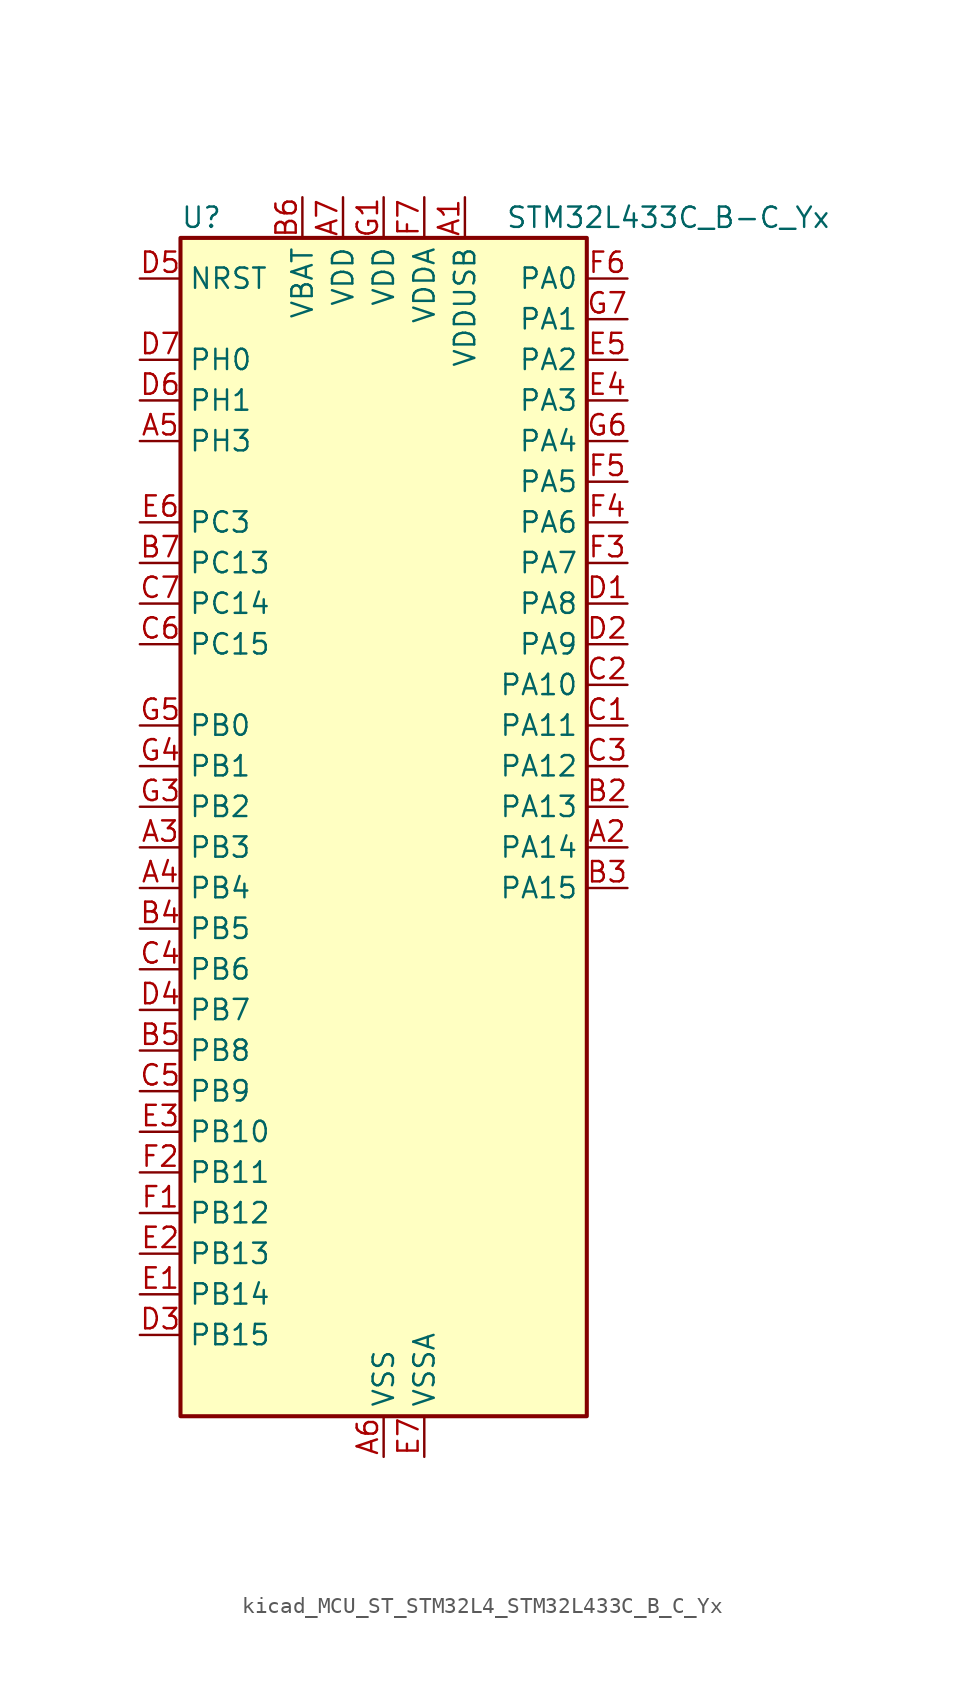
<source format=kicad_sym>
(kicad_symbol_lib
  (version 20220914)
  (generator kicad_symbol_editor)
  (symbol "kicad_MCU_ST_STM32L4_STM32L433C_B_C_Yx"
    (property "Reference" "U"
      (at -12.7 39.37 0)
      (effects (font (size 1.27 1.27)) (justify left)))
    (property "Value" "STM32L433C_B-C_Yx"
      (at 7.62 39.37 0)
      (effects (font (size 1.27 1.27)) (justify left)))
    (property "ki_locked" ""
      (at 0 0 0)
      (effects (font (size 1.27 1.27))))
    (symbol "kicad_MCU_ST_STM32L4_STM32L433C_B_C_Yx_0_1"
      (rectangle (start -12.7 -35.56) (end 12.7 38.1) (stroke (width 0.254) (type default)) (fill (type background))))
    (symbol "kicad_MCU_ST_STM32L4_STM32L433C_B_C_Yx_1_1"
      (pin power_in line (at 5.08 40.64 270) (length 2.54) (name "VDDUSB" (effects (font (size 1.27 1.27)))) (number "A1" (effects (font (size 1.27 1.27)))))
      (pin bidirectional line (at 15.24 0 180) (length 2.54) (name "PA14" (effects (font (size 1.27 1.27)))) (number "A2" (effects (font (size 1.27 1.27)))) (alternate "I2C1_SMBA" bidirectional line) (alternate "LPTIM1_OUT" bidirectional line) (alternate "SAI1_FS_B" bidirectional line) (alternate "SWPMI1_RX" bidirectional line) (alternate "SYS_JTCK-SWCLK" bidirectional line))
      (pin bidirectional line (at -15.24 0 0) (length 2.54) (name "PB3" (effects (font (size 1.27 1.27)))) (number "A3" (effects (font (size 1.27 1.27)))) (alternate "COMP2_INM" bidirectional line) (alternate "LCD_SEG7" bidirectional line) (alternate "SAI1_SCK_B" bidirectional line) (alternate "SPI1_SCK" bidirectional line) (alternate "SPI3_SCK" bidirectional line) (alternate "SYS_JTDO-SWO" bidirectional line) (alternate "TIM2_CH2" bidirectional line) (alternate "USART1_DE" bidirectional line) (alternate "USART1_RTS" bidirectional line))
      (pin bidirectional line (at -15.24 -2.54 0) (length 2.54) (name "PB4" (effects (font (size 1.27 1.27)))) (number "A4" (effects (font (size 1.27 1.27)))) (alternate "COMP2_INP" bidirectional line) (alternate "I2C3_SDA" bidirectional line) (alternate "LCD_SEG8" bidirectional line) (alternate "SAI1_MCLK_B" bidirectional line) (alternate "SPI1_MISO" bidirectional line) (alternate "SPI3_MISO" bidirectional line) (alternate "SYS_JTRST" bidirectional line) (alternate "TSC_G2_IO1" bidirectional line) (alternate "USART1_CTS" bidirectional line))
      (pin bidirectional line (at -15.24 25.4 0) (length 2.54) (name "PH3" (effects (font (size 1.27 1.27)))) (number "A5" (effects (font (size 1.27 1.27)))))
      (pin power_in line (at 0 -38.1 90) (length 2.54) (name "VSS" (effects (font (size 1.27 1.27)))) (number "A6" (effects (font (size 1.27 1.27)))))
      (pin power_in line (at -2.54 40.64 270) (length 2.54) (name "VDD" (effects (font (size 1.27 1.27)))) (number "A7" (effects (font (size 1.27 1.27)))))
      (pin passive line (at 0 -38.1 90) (length 2.54) hide (name "VSS" (effects (font (size 1.27 1.27)))) (number "B1" (effects (font (size 1.27 1.27)))))
      (pin bidirectional line (at 15.24 2.54 180) (length 2.54) (name "PA13" (effects (font (size 1.27 1.27)))) (number "B2" (effects (font (size 1.27 1.27)))) (alternate "IR_OUT" bidirectional line) (alternate "SAI1_SD_B" bidirectional line) (alternate "SWPMI1_TX" bidirectional line) (alternate "SYS_JTMS-SWDIO" bidirectional line) (alternate "USB_NOE" bidirectional line))
      (pin bidirectional line (at 15.24 -2.54 180) (length 2.54) (name "PA15" (effects (font (size 1.27 1.27)))) (number "B3" (effects (font (size 1.27 1.27)))) (alternate "ADC1_EXTI15" bidirectional line) (alternate "LCD_SEG17" bidirectional line) (alternate "SPI1_NSS" bidirectional line) (alternate "SPI3_NSS" bidirectional line) (alternate "SWPMI1_SUSPEND" bidirectional line) (alternate "SYS_JTDI" bidirectional line) (alternate "TIM2_CH1" bidirectional line) (alternate "TIM2_ETR" bidirectional line) (alternate "USART2_RX" bidirectional line) (alternate "USART3_DE" bidirectional line) (alternate "USART3_RTS" bidirectional line))
      (pin bidirectional line (at -15.24 -5.08 0) (length 2.54) (name "PB5" (effects (font (size 1.27 1.27)))) (number "B4" (effects (font (size 1.27 1.27)))) (alternate "COMP2_OUT" bidirectional line) (alternate "I2C1_SMBA" bidirectional line) (alternate "LCD_SEG9" bidirectional line) (alternate "LPTIM1_IN1" bidirectional line) (alternate "SAI1_SD_B" bidirectional line) (alternate "SPI1_MOSI" bidirectional line) (alternate "SPI3_MOSI" bidirectional line) (alternate "TIM16_BKIN" bidirectional line) (alternate "TSC_G2_IO2" bidirectional line) (alternate "USART1_CK" bidirectional line))
      (pin bidirectional line (at -15.24 -12.7 0) (length 2.54) (name "PB8" (effects (font (size 1.27 1.27)))) (number "B5" (effects (font (size 1.27 1.27)))) (alternate "CAN1_RX" bidirectional line) (alternate "I2C1_SCL" bidirectional line) (alternate "LCD_SEG16" bidirectional line) (alternate "SAI1_MCLK_A" bidirectional line) (alternate "TIM16_CH1" bidirectional line))
      (pin power_in line (at -5.08 40.64 270) (length 2.54) (name "VBAT" (effects (font (size 1.27 1.27)))) (number "B6" (effects (font (size 1.27 1.27)))))
      (pin bidirectional line (at -15.24 17.78 0) (length 2.54) (name "PC13" (effects (font (size 1.27 1.27)))) (number "B7" (effects (font (size 1.27 1.27)))) (alternate "RTC_OUT_ALARM" bidirectional line) (alternate "RTC_OUT_CALIB" bidirectional line) (alternate "RTC_TAMP1" bidirectional line) (alternate "RTC_TS" bidirectional line) (alternate "SYS_WKUP2" bidirectional line))
      (pin bidirectional line (at 15.24 7.62 180) (length 2.54) (name "PA11" (effects (font (size 1.27 1.27)))) (number "C1" (effects (font (size 1.27 1.27)))) (alternate "ADC1_EXTI11" bidirectional line) (alternate "CAN1_RX" bidirectional line) (alternate "COMP1_OUT" bidirectional line) (alternate "SPI1_MISO" bidirectional line) (alternate "TIM1_BKIN2" bidirectional line) (alternate "TIM1_BKIN2_COMP1" bidirectional line) (alternate "TIM1_CH4" bidirectional line) (alternate "USART1_CTS" bidirectional line) (alternate "USB_DM" bidirectional line))
      (pin bidirectional line (at 15.24 10.16 180) (length 2.54) (name "PA10" (effects (font (size 1.27 1.27)))) (number "C2" (effects (font (size 1.27 1.27)))) (alternate "CRS_SYNC" bidirectional line) (alternate "I2C1_SDA" bidirectional line) (alternate "LCD_COM2" bidirectional line) (alternate "SAI1_SD_A" bidirectional line) (alternate "TIM1_CH3" bidirectional line) (alternate "USART1_RX" bidirectional line))
      (pin bidirectional line (at 15.24 5.08 180) (length 2.54) (name "PA12" (effects (font (size 1.27 1.27)))) (number "C3" (effects (font (size 1.27 1.27)))) (alternate "CAN1_TX" bidirectional line) (alternate "SPI1_MOSI" bidirectional line) (alternate "TIM1_ETR" bidirectional line) (alternate "USART1_DE" bidirectional line) (alternate "USART1_RTS" bidirectional line) (alternate "USB_DP" bidirectional line))
      (pin bidirectional line (at -15.24 -7.62 0) (length 2.54) (name "PB6" (effects (font (size 1.27 1.27)))) (number "C4" (effects (font (size 1.27 1.27)))) (alternate "COMP2_INP" bidirectional line) (alternate "I2C1_SCL" bidirectional line) (alternate "LPTIM1_ETR" bidirectional line) (alternate "SAI1_FS_B" bidirectional line) (alternate "TIM16_CH1N" bidirectional line) (alternate "TSC_G2_IO3" bidirectional line) (alternate "USART1_TX" bidirectional line))
      (pin bidirectional line (at -15.24 -15.24 0) (length 2.54) (name "PB9" (effects (font (size 1.27 1.27)))) (number "C5" (effects (font (size 1.27 1.27)))) (alternate "CAN1_TX" bidirectional line) (alternate "DAC1_EXTI9" bidirectional line) (alternate "I2C1_SDA" bidirectional line) (alternate "IR_OUT" bidirectional line) (alternate "LCD_COM3" bidirectional line) (alternate "SAI1_FS_A" bidirectional line) (alternate "SPI2_NSS" bidirectional line))
      (pin bidirectional line (at -15.24 12.7 0) (length 2.54) (name "PC15" (effects (font (size 1.27 1.27)))) (number "C6" (effects (font (size 1.27 1.27)))) (alternate "ADC1_EXTI15" bidirectional line) (alternate "RCC_OSC32_OUT" bidirectional line))
      (pin bidirectional line (at -15.24 15.24 0) (length 2.54) (name "PC14" (effects (font (size 1.27 1.27)))) (number "C7" (effects (font (size 1.27 1.27)))) (alternate "RCC_OSC32_IN" bidirectional line))
      (pin bidirectional line (at 15.24 15.24 180) (length 2.54) (name "PA8" (effects (font (size 1.27 1.27)))) (number "D1" (effects (font (size 1.27 1.27)))) (alternate "LCD_COM0" bidirectional line) (alternate "LPTIM2_OUT" bidirectional line) (alternate "RCC_MCO" bidirectional line) (alternate "SAI1_SCK_A" bidirectional line) (alternate "SWPMI1_IO" bidirectional line) (alternate "TIM1_CH1" bidirectional line) (alternate "USART1_CK" bidirectional line))
      (pin bidirectional line (at 15.24 12.7 180) (length 2.54) (name "PA9" (effects (font (size 1.27 1.27)))) (number "D2" (effects (font (size 1.27 1.27)))) (alternate "DAC1_EXTI9" bidirectional line) (alternate "I2C1_SCL" bidirectional line) (alternate "LCD_COM1" bidirectional line) (alternate "SAI1_FS_A" bidirectional line) (alternate "TIM15_BKIN" bidirectional line) (alternate "TIM1_CH2" bidirectional line) (alternate "USART1_TX" bidirectional line))
      (pin bidirectional line (at -15.24 -30.48 0) (length 2.54) (name "PB15" (effects (font (size 1.27 1.27)))) (number "D3" (effects (font (size 1.27 1.27)))) (alternate "ADC1_EXTI15" bidirectional line) (alternate "LCD_SEG15" bidirectional line) (alternate "RTC_REFIN" bidirectional line) (alternate "SAI1_SD_A" bidirectional line) (alternate "SPI2_MOSI" bidirectional line) (alternate "SWPMI1_SUSPEND" bidirectional line) (alternate "TIM15_CH2" bidirectional line) (alternate "TIM1_CH3N" bidirectional line) (alternate "TSC_G1_IO4" bidirectional line))
      (pin bidirectional line (at -15.24 -10.16 0) (length 2.54) (name "PB7" (effects (font (size 1.27 1.27)))) (number "D4" (effects (font (size 1.27 1.27)))) (alternate "COMP2_INM" bidirectional line) (alternate "I2C1_SDA" bidirectional line) (alternate "LCD_SEG21" bidirectional line) (alternate "LPTIM1_IN2" bidirectional line) (alternate "SYS_PVD_IN" bidirectional line) (alternate "TSC_G2_IO4" bidirectional line) (alternate "USART1_RX" bidirectional line))
      (pin input line (at -15.24 35.56 0) (length 2.54) (name "NRST" (effects (font (size 1.27 1.27)))) (number "D5" (effects (font (size 1.27 1.27)))))
      (pin bidirectional line (at -15.24 27.94 0) (length 2.54) (name "PH1" (effects (font (size 1.27 1.27)))) (number "D6" (effects (font (size 1.27 1.27)))) (alternate "RCC_OSC_OUT" bidirectional line))
      (pin bidirectional line (at -15.24 30.48 0) (length 2.54) (name "PH0" (effects (font (size 1.27 1.27)))) (number "D7" (effects (font (size 1.27 1.27)))) (alternate "RCC_OSC_IN" bidirectional line))
      (pin bidirectional line (at -15.24 -27.94 0) (length 2.54) (name "PB14" (effects (font (size 1.27 1.27)))) (number "E1" (effects (font (size 1.27 1.27)))) (alternate "I2C2_SDA" bidirectional line) (alternate "LCD_SEG14" bidirectional line) (alternate "SAI1_MCLK_A" bidirectional line) (alternate "SPI2_MISO" bidirectional line) (alternate "SWPMI1_RX" bidirectional line) (alternate "TIM15_CH1" bidirectional line) (alternate "TIM1_CH2N" bidirectional line) (alternate "TSC_G1_IO3" bidirectional line) (alternate "USART3_DE" bidirectional line) (alternate "USART3_RTS" bidirectional line))
      (pin bidirectional line (at -15.24 -25.4 0) (length 2.54) (name "PB13" (effects (font (size 1.27 1.27)))) (number "E2" (effects (font (size 1.27 1.27)))) (alternate "I2C2_SCL" bidirectional line) (alternate "LCD_SEG13" bidirectional line) (alternate "LPUART1_CTS" bidirectional line) (alternate "SAI1_SCK_A" bidirectional line) (alternate "SPI2_SCK" bidirectional line) (alternate "SWPMI1_TX" bidirectional line) (alternate "TIM15_CH1N" bidirectional line) (alternate "TIM1_CH1N" bidirectional line) (alternate "TSC_G1_IO2" bidirectional line) (alternate "USART3_CTS" bidirectional line))
      (pin bidirectional line (at -15.24 -17.78 0) (length 2.54) (name "PB10" (effects (font (size 1.27 1.27)))) (number "E3" (effects (font (size 1.27 1.27)))) (alternate "COMP1_OUT" bidirectional line) (alternate "I2C2_SCL" bidirectional line) (alternate "LCD_SEG10" bidirectional line) (alternate "LPUART1_RX" bidirectional line) (alternate "QUADSPI_CLK" bidirectional line) (alternate "SAI1_SCK_A" bidirectional line) (alternate "SPI2_SCK" bidirectional line) (alternate "TIM2_CH3" bidirectional line) (alternate "TSC_SYNC" bidirectional line) (alternate "USART3_TX" bidirectional line))
      (pin bidirectional line (at 15.24 27.94 180) (length 2.54) (name "PA3" (effects (font (size 1.27 1.27)))) (number "E4" (effects (font (size 1.27 1.27)))) (alternate "ADC1_IN8" bidirectional line) (alternate "COMP2_INP" bidirectional line) (alternate "LCD_SEG2" bidirectional line) (alternate "LPUART1_RX" bidirectional line) (alternate "OPAMP1_VOUT" bidirectional line) (alternate "QUADSPI_CLK" bidirectional line) (alternate "SAI1_MCLK_A" bidirectional line) (alternate "TIM15_CH2" bidirectional line) (alternate "TIM2_CH4" bidirectional line) (alternate "USART2_RX" bidirectional line))
      (pin bidirectional line (at 15.24 30.48 180) (length 2.54) (name "PA2" (effects (font (size 1.27 1.27)))) (number "E5" (effects (font (size 1.27 1.27)))) (alternate "ADC1_IN7" bidirectional line) (alternate "COMP2_INM" bidirectional line) (alternate "COMP2_OUT" bidirectional line) (alternate "LCD_SEG1" bidirectional line) (alternate "LPUART1_TX" bidirectional line) (alternate "QUADSPI_BK1_NCS" bidirectional line) (alternate "RCC_LSCO" bidirectional line) (alternate "SYS_WKUP4" bidirectional line) (alternate "TIM15_CH1" bidirectional line) (alternate "TIM2_CH3" bidirectional line) (alternate "USART2_TX" bidirectional line))
      (pin bidirectional line (at -15.24 20.32 0) (length 2.54) (name "PC3" (effects (font (size 1.27 1.27)))) (number "E6" (effects (font (size 1.27 1.27)))) (alternate "ADC1_IN4" bidirectional line) (alternate "LCD_VLCD" bidirectional line) (alternate "LPTIM1_ETR" bidirectional line) (alternate "LPTIM2_ETR" bidirectional line) (alternate "SAI1_SD_A" bidirectional line) (alternate "SPI2_MOSI" bidirectional line))
      (pin power_in line (at 2.54 -38.1 90) (length 2.54) (name "VSSA" (effects (font (size 1.27 1.27)))) (number "E7" (effects (font (size 1.27 1.27)))))
      (pin bidirectional line (at -15.24 -22.86 0) (length 2.54) (name "PB12" (effects (font (size 1.27 1.27)))) (number "F1" (effects (font (size 1.27 1.27)))) (alternate "I2C2_SMBA" bidirectional line) (alternate "LCD_SEG12" bidirectional line) (alternate "LPUART1_DE" bidirectional line) (alternate "LPUART1_RTS" bidirectional line) (alternate "SAI1_FS_A" bidirectional line) (alternate "SPI2_NSS" bidirectional line) (alternate "SWPMI1_IO" bidirectional line) (alternate "TIM15_BKIN" bidirectional line) (alternate "TIM1_BKIN" bidirectional line) (alternate "TIM1_BKIN_COMP2" bidirectional line) (alternate "TSC_G1_IO1" bidirectional line) (alternate "USART3_CK" bidirectional line))
      (pin bidirectional line (at -15.24 -20.32 0) (length 2.54) (name "PB11" (effects (font (size 1.27 1.27)))) (number "F2" (effects (font (size 1.27 1.27)))) (alternate "ADC1_EXTI11" bidirectional line) (alternate "COMP2_OUT" bidirectional line) (alternate "I2C2_SDA" bidirectional line) (alternate "LCD_SEG11" bidirectional line) (alternate "LPUART1_TX" bidirectional line) (alternate "QUADSPI_BK1_NCS" bidirectional line) (alternate "TIM2_CH4" bidirectional line) (alternate "USART3_RX" bidirectional line))
      (pin bidirectional line (at 15.24 17.78 180) (length 2.54) (name "PA7" (effects (font (size 1.27 1.27)))) (number "F3" (effects (font (size 1.27 1.27)))) (alternate "ADC1_IN12" bidirectional line) (alternate "COMP2_OUT" bidirectional line) (alternate "I2C3_SCL" bidirectional line) (alternate "LCD_SEG4" bidirectional line) (alternate "QUADSPI_BK1_IO2" bidirectional line) (alternate "SPI1_MOSI" bidirectional line) (alternate "TIM1_CH1N" bidirectional line))
      (pin bidirectional line (at 15.24 20.32 180) (length 2.54) (name "PA6" (effects (font (size 1.27 1.27)))) (number "F4" (effects (font (size 1.27 1.27)))) (alternate "ADC1_IN11" bidirectional line) (alternate "COMP1_OUT" bidirectional line) (alternate "LCD_SEG3" bidirectional line) (alternate "LPUART1_CTS" bidirectional line) (alternate "QUADSPI_BK1_IO3" bidirectional line) (alternate "SPI1_MISO" bidirectional line) (alternate "TIM16_CH1" bidirectional line) (alternate "TIM1_BKIN" bidirectional line) (alternate "TIM1_BKIN_COMP2" bidirectional line) (alternate "USART3_CTS" bidirectional line))
      (pin bidirectional line (at 15.24 22.86 180) (length 2.54) (name "PA5" (effects (font (size 1.27 1.27)))) (number "F5" (effects (font (size 1.27 1.27)))) (alternate "ADC1_IN10" bidirectional line) (alternate "COMP1_INM" bidirectional line) (alternate "COMP2_INM" bidirectional line) (alternate "DAC1_OUT2" bidirectional line) (alternate "LPTIM2_ETR" bidirectional line) (alternate "SPI1_SCK" bidirectional line) (alternate "TIM2_CH1" bidirectional line) (alternate "TIM2_ETR" bidirectional line))
      (pin bidirectional line (at 15.24 35.56 180) (length 2.54) (name "PA0" (effects (font (size 1.27 1.27)))) (number "F6" (effects (font (size 1.27 1.27)))) (alternate "ADC1_IN5" bidirectional line) (alternate "COMP1_INM" bidirectional line) (alternate "COMP1_OUT" bidirectional line) (alternate "OPAMP1_VINP" bidirectional line) (alternate "RTC_TAMP2" bidirectional line) (alternate "SAI1_EXTCLK" bidirectional line) (alternate "SYS_WKUP1" bidirectional line) (alternate "TIM2_CH1" bidirectional line) (alternate "TIM2_ETR" bidirectional line) (alternate "USART2_CTS" bidirectional line))
      (pin power_in line (at 2.54 40.64 270) (length 2.54) (name "VDDA" (effects (font (size 1.27 1.27)))) (number "F7" (effects (font (size 1.27 1.27)))))
      (pin power_in line (at 0 40.64 270) (length 2.54) (name "VDD" (effects (font (size 1.27 1.27)))) (number "G1" (effects (font (size 1.27 1.27)))))
      (pin passive line (at 0 -38.1 90) (length 2.54) hide (name "VSS" (effects (font (size 1.27 1.27)))) (number "G2" (effects (font (size 1.27 1.27)))))
      (pin bidirectional line (at -15.24 2.54 0) (length 2.54) (name "PB2" (effects (font (size 1.27 1.27)))) (number "G3" (effects (font (size 1.27 1.27)))) (alternate "COMP1_INP" bidirectional line) (alternate "I2C3_SMBA" bidirectional line) (alternate "LCD_VLCD" bidirectional line) (alternate "LPTIM1_OUT" bidirectional line) (alternate "RTC_OUT_ALARM" bidirectional line) (alternate "RTC_OUT_CALIB" bidirectional line))
      (pin bidirectional line (at -15.24 5.08 0) (length 2.54) (name "PB1" (effects (font (size 1.27 1.27)))) (number "G4" (effects (font (size 1.27 1.27)))) (alternate "ADC1_IN16" bidirectional line) (alternate "COMP1_INM" bidirectional line) (alternate "LCD_SEG6" bidirectional line) (alternate "LPTIM2_IN1" bidirectional line) (alternate "LPUART1_DE" bidirectional line) (alternate "LPUART1_RTS" bidirectional line) (alternate "QUADSPI_BK1_IO0" bidirectional line) (alternate "TIM1_CH3N" bidirectional line) (alternate "USART3_DE" bidirectional line) (alternate "USART3_RTS" bidirectional line))
      (pin bidirectional line (at -15.24 7.62 0) (length 2.54) (name "PB0" (effects (font (size 1.27 1.27)))) (number "G5" (effects (font (size 1.27 1.27)))) (alternate "ADC1_IN15" bidirectional line) (alternate "COMP1_OUT" bidirectional line) (alternate "LCD_SEG5" bidirectional line) (alternate "QUADSPI_BK1_IO1" bidirectional line) (alternate "SAI1_EXTCLK" bidirectional line) (alternate "SPI1_NSS" bidirectional line) (alternate "TIM1_CH2N" bidirectional line) (alternate "USART3_CK" bidirectional line))
      (pin bidirectional line (at 15.24 25.4 180) (length 2.54) (name "PA4" (effects (font (size 1.27 1.27)))) (number "G6" (effects (font (size 1.27 1.27)))) (alternate "ADC1_IN9" bidirectional line) (alternate "COMP1_INM" bidirectional line) (alternate "COMP2_INM" bidirectional line) (alternate "DAC1_OUT1" bidirectional line) (alternate "LPTIM2_OUT" bidirectional line) (alternate "SAI1_FS_B" bidirectional line) (alternate "SPI1_NSS" bidirectional line) (alternate "SPI3_NSS" bidirectional line) (alternate "USART2_CK" bidirectional line))
      (pin bidirectional line (at 15.24 33.02 180) (length 2.54) (name "PA1" (effects (font (size 1.27 1.27)))) (number "G7" (effects (font (size 1.27 1.27)))) (alternate "ADC1_IN6" bidirectional line) (alternate "COMP1_INP" bidirectional line) (alternate "I2C1_SMBA" bidirectional line) (alternate "LCD_SEG0" bidirectional line) (alternate "OPAMP1_VINM" bidirectional line) (alternate "SPI1_SCK" bidirectional line) (alternate "TIM15_CH1N" bidirectional line) (alternate "TIM2_CH2" bidirectional line) (alternate "USART2_DE" bidirectional line) (alternate "USART2_RTS" bidirectional line)))))
</source>
